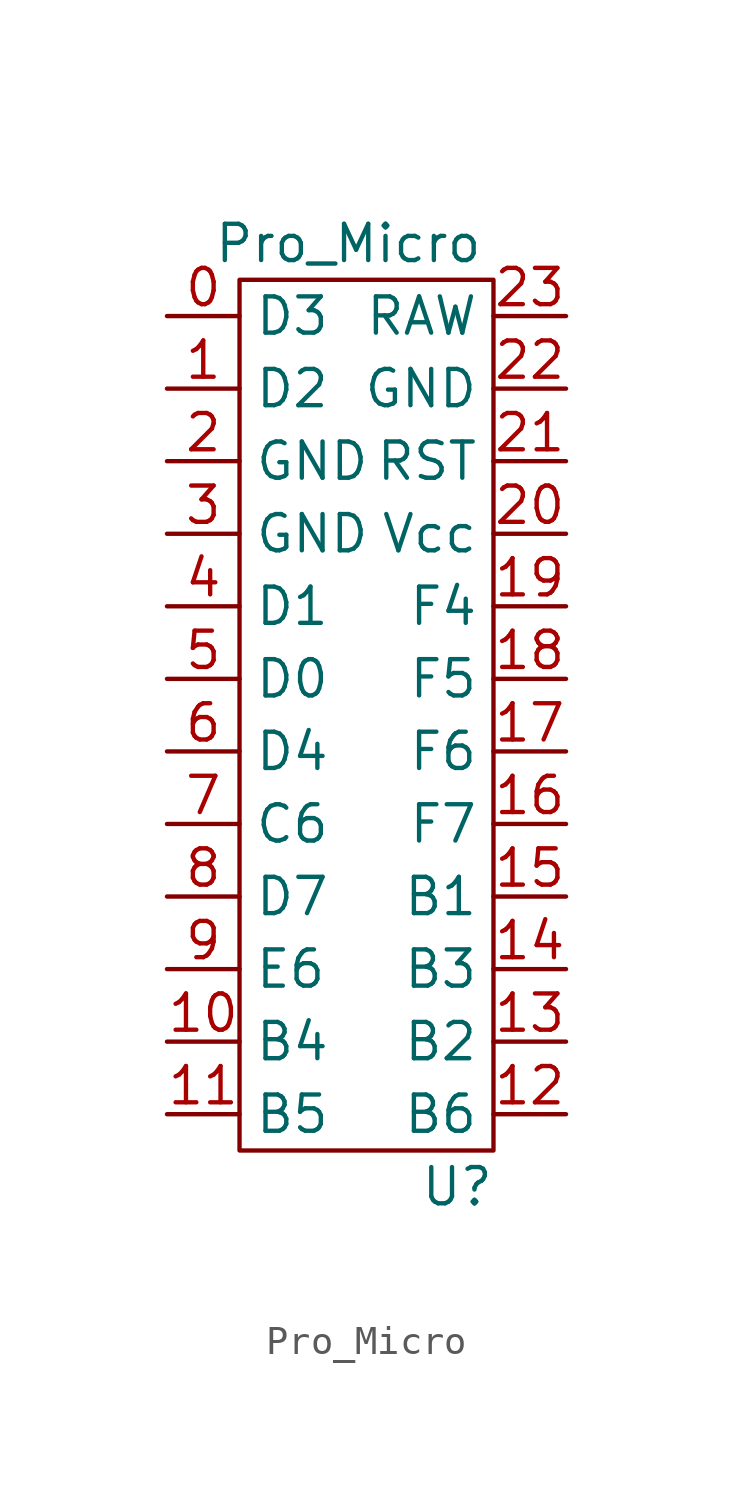
<source format=kicad_sym>
(kicad_symbol_lib
  (version 20211014)
  (generator kicad_symbol_editor)
  (symbol "Pro_Micro"
    (property "Reference" "U"
      (at 3.81 -33.02 0)
      (effects (font (size 1.27 1.27))))
    (property "Value" "Pro_Micro"
      (at 0 0 0)
      (effects (font (size 1.27 1.27))))
    (symbol "Pro_Micro_0_1"
      (rectangle (start -3.81 -1.27) (end 5.08 -31.75) (stroke (width 0) (type default) (color 0 0 0 0)) (fill (type none))))
    (symbol "Pro_Micro_1_1"
      (pin bidirectional line (at -6.35 -2.54 0) (length 2.54) (name "D3" (effects (font (size 1.27 1.27)))) (number "0" (effects (font (size 1.27 1.27)))))
      (pin bidirectional line (at -6.35 -5.08 0) (length 2.54) (name "D2" (effects (font (size 1.27 1.27)))) (number "1" (effects (font (size 1.27 1.27)))))
      (pin bidirectional line (at -6.35 -27.94 0) (length 2.54) (name "B4" (effects (font (size 1.27 1.27)))) (number "10" (effects (font (size 1.27 1.27)))))
      (pin bidirectional line (at -6.35 -30.48 0) (length 2.54) (name "B5" (effects (font (size 1.27 1.27)))) (number "11" (effects (font (size 1.27 1.27)))))
      (pin output line (at 7.62 -30.48 180) (length 2.54) (name "B6" (effects (font (size 1.27 1.27)))) (number "12" (effects (font (size 1.27 1.27)))))
      (pin output line (at 7.62 -27.94 180) (length 2.54) (name "B2" (effects (font (size 1.27 1.27)))) (number "13" (effects (font (size 1.27 1.27)))))
      (pin output line (at 7.62 -25.4 180) (length 2.54) (name "B3" (effects (font (size 1.27 1.27)))) (number "14" (effects (font (size 1.27 1.27)))))
      (pin output line (at 7.62 -22.86 180) (length 2.54) (name "B1" (effects (font (size 1.27 1.27)))) (number "15" (effects (font (size 1.27 1.27)))))
      (pin output line (at 7.62 -20.32 180) (length 2.54) (name "F7" (effects (font (size 1.27 1.27)))) (number "16" (effects (font (size 1.27 1.27)))))
      (pin output line (at 7.62 -17.78 180) (length 2.54) (name "F6" (effects (font (size 1.27 1.27)))) (number "17" (effects (font (size 1.27 1.27)))))
      (pin output line (at 7.62 -15.24 180) (length 2.54) (name "F5" (effects (font (size 1.27 1.27)))) (number "18" (effects (font (size 1.27 1.27)))))
      (pin output line (at 7.62 -12.7 180) (length 2.54) (name "F4" (effects (font (size 1.27 1.27)))) (number "19" (effects (font (size 1.27 1.27)))))
      (pin passive line (at -6.35 -7.62 0) (length 2.54) (name "GND" (effects (font (size 1.27 1.27)))) (number "2" (effects (font (size 1.27 1.27)))))
      (pin output line (at 7.62 -10.16 180) (length 2.54) (name "Vcc" (effects (font (size 1.27 1.27)))) (number "20" (effects (font (size 1.27 1.27)))))
      (pin output line (at 7.62 -7.62 180) (length 2.54) (name "RST" (effects (font (size 1.27 1.27)))) (number "21" (effects (font (size 1.27 1.27)))))
      (pin output line (at 7.62 -5.08 180) (length 2.54) (name "GND" (effects (font (size 1.27 1.27)))) (number "22" (effects (font (size 1.27 1.27)))))
      (pin output line (at 7.62 -2.54 180) (length 2.54) (name "RAW" (effects (font (size 1.27 1.27)))) (number "23" (effects (font (size 1.27 1.27)))))
      (pin passive line (at -6.35 -10.16 0) (length 2.54) (name "GND" (effects (font (size 1.27 1.27)))) (number "3" (effects (font (size 1.27 1.27)))))
      (pin bidirectional line (at -6.35 -12.7 0) (length 2.54) (name "D1" (effects (font (size 1.27 1.27)))) (number "4" (effects (font (size 1.27 1.27)))))
      (pin bidirectional line (at -6.35 -15.24 0) (length 2.54) (name "D0" (effects (font (size 1.27 1.27)))) (number "5" (effects (font (size 1.27 1.27)))))
      (pin bidirectional line (at -6.35 -17.78 0) (length 2.54) (name "D4" (effects (font (size 1.27 1.27)))) (number "6" (effects (font (size 1.27 1.27)))))
      (pin bidirectional line (at -6.35 -20.32 0) (length 2.54) (name "C6" (effects (font (size 1.27 1.27)))) (number "7" (effects (font (size 1.27 1.27)))))
      (pin bidirectional line (at -6.35 -22.86 0) (length 2.54) (name "D7" (effects (font (size 1.27 1.27)))) (number "8" (effects (font (size 1.27 1.27)))))
      (pin bidirectional line (at -6.35 -25.4 0) (length 2.54) (name "E6" (effects (font (size 1.27 1.27)))) (number "9" (effects (font (size 1.27 1.27))))))))
</source>
